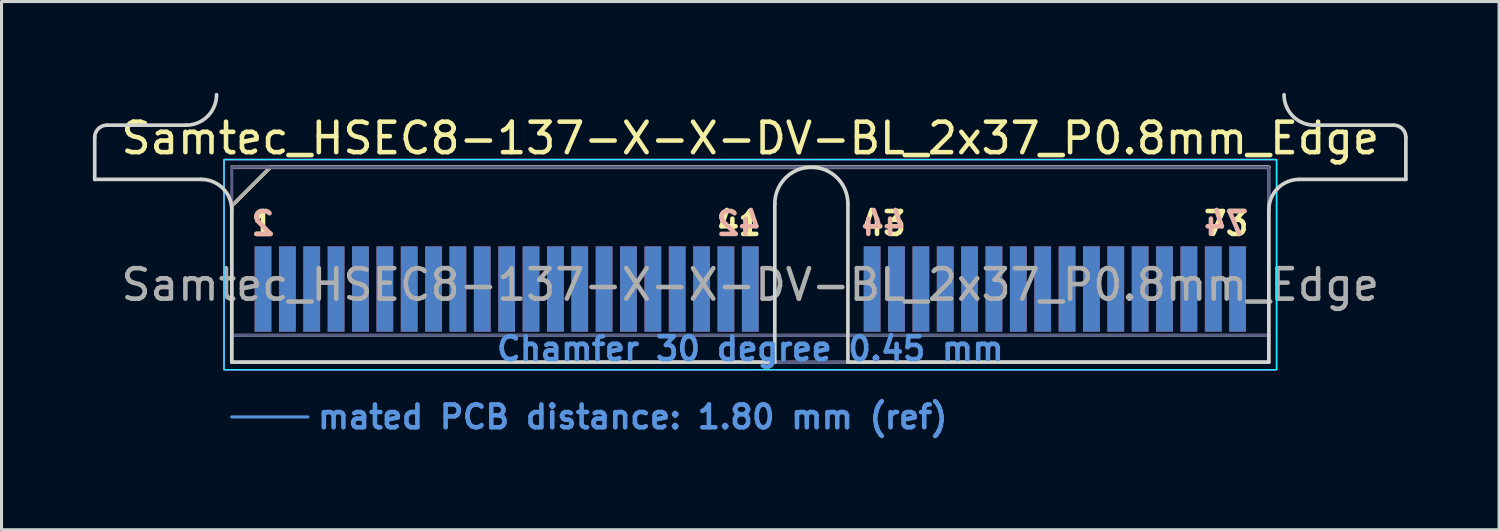
<source format=kicad_pcb>
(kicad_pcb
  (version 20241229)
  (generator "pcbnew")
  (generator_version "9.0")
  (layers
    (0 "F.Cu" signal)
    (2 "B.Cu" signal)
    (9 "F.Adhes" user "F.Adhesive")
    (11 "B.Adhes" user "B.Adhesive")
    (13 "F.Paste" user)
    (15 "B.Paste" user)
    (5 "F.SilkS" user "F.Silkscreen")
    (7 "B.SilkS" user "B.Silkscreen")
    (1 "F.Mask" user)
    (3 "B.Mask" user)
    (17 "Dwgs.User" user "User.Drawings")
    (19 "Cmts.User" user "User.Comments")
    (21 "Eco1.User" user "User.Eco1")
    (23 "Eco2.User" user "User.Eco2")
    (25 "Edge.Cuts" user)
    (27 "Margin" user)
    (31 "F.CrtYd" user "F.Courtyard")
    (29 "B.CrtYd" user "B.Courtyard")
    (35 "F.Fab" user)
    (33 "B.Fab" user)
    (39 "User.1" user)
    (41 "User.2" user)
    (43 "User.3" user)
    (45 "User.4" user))
  (footprint "Samtec_HSEC8-137-X-X-DV-BL_2x37_P0.8mm_Edge"
    (layer "F.Cu")
    (at 21.585 8.84)
    (property "Reference" "Samtec_HSEC8-137-X-X-DV-BL_2x37_P0.8mm_Edge" (at 0 -7.35 0) (layer "F.SilkS") (effects (font (size 1 1) (thickness 0.15))))
    (attr exclude_from_pos_files exclude_from_bom)
    (fp_line (start -17.025 -5.13) (end -15.755 -6.4) (stroke (width 0.12) (type solid)) (layer "F.SilkS"))
    (fp_line (start -15.755 -6.4) (end 17.025 -6.4) (stroke (width 0.12) (type solid)) (layer "F.SilkS"))
    (fp_line (start -17.025 -6.4) (end -17.025 -6.4) (stroke (width 0.12) (type solid)) (layer "B.SilkS"))
    (fp_line (start -17.025 -6.4) (end 17.025 -6.4) (stroke (width 0.12) (type solid)) (layer "B.SilkS"))
    (fp_line (start -17.025 1.8) (end -14.525 1.8) (stroke (width 0.1) (type solid)) (layer "Cmts.User"))
    (fp_line (start -21.525 -6) (end -21.525 -7.38) (stroke (width 0.12) (type solid)) (layer "Edge.Cuts"))
    (fp_line (start -21.125 -7.78) (end -18.525 -7.78) (stroke (width 0.12) (type solid)) (layer "Edge.Cuts"))
    (fp_line (start -18.025 -6) (end -21.525 -6) (stroke (width 0.12) (type solid)) (layer "Edge.Cuts"))
    (fp_line (start -17.025 -5) (end -17.025 0) (stroke (width 0.12) (type solid)) (layer "Edge.Cuts"))
    (fp_line (start -17.025 0) (end 0.805 0) (stroke (width 0.12) (type solid)) (layer "Edge.Cuts"))
    (fp_line (start 0.805 0) (end 0.805 -5.2) (stroke (width 0.12) (type solid)) (layer "Edge.Cuts"))
    (fp_line (start 3.205 -5.2) (end 3.205 0) (stroke (width 0.12) (type solid)) (layer "Edge.Cuts"))
    (fp_line (start 3.205 0) (end 17.025 0) (stroke (width 0.12) (type solid)) (layer "Edge.Cuts"))
    (fp_line (start 17.025 0) (end 17.025 -5) (stroke (width 0.12) (type solid)) (layer "Edge.Cuts"))
    (fp_line (start 18.025 -6) (end 21.525 -6) (stroke (width 0.12) (type solid)) (layer "Edge.Cuts"))
    (fp_line (start 21.125 -7.78) (end 18.525 -7.78) (stroke (width 0.12) (type solid)) (layer "Edge.Cuts"))
    (fp_line (start 21.525 -6) (end 21.525 -7.38) (stroke (width 0.12) (type solid)) (layer "Edge.Cuts"))
    (fp_arc (start -21.525 -7.38) (mid -21.407843 -7.662843) (end -21.125 -7.78) (stroke (width 0.12) (type solid)) (layer "Edge.Cuts"))
    (fp_arc (start -18.025 -6) (mid -17.317893 -5.707107) (end -17.025 -5) (stroke (width 0.12) (type solid)) (layer "Edge.Cuts"))
    (fp_arc (start -17.525 -8.78) (mid -17.817893 -8.072893) (end -18.525 -7.78) (stroke (width 0.12) (type solid)) (layer "Edge.Cuts"))
    (fp_arc (start 0.805 -5.2) (mid 2.005 -6.4) (end 3.205 -5.2) (stroke (width 0.12) (type solid)) (layer "Edge.Cuts"))
    (fp_arc (start 17.025 -5) (mid 17.317893 -5.707107) (end 18.025 -6) (stroke (width 0.12) (type solid)) (layer "Edge.Cuts"))
    (fp_arc (start 18.525 -7.78) (mid 17.817893 -8.072893) (end 17.525 -8.78) (stroke (width 0.12) (type solid)) (layer "Edge.Cuts"))
    (fp_arc (start 21.125 -7.78) (mid 21.407843 -7.662843) (end 21.525 -7.38) (stroke (width 0.12) (type solid)) (layer "Edge.Cuts"))
    (fp_rect (start -17.28 -6.65) (end 17.28 0.25) (stroke (width 0.05) (type solid)) (fill no) (layer "B.CrtYd"))
    (fp_rect (start -17.28 -6.65) (end 17.28 0.25) (stroke (width 0.05) (type solid)) (fill no) (layer "F.CrtYd"))
    (fp_line (start -17.025 -6.4) (end -17.025 -6.4) (stroke (width 0.1) (type solid)) (layer "B.Fab"))
    (fp_line (start -17.025 -6.4) (end -17.025 0) (stroke (width 0.1) (type solid)) (layer "B.Fab"))
    (fp_line (start -17.025 -6.4) (end 17.025 -6.4) (stroke (width 0.1) (type solid)) (layer "B.Fab"))
    (fp_line (start -17.025 -0.88) (end 17.025 -0.88) (stroke (width 0.1) (type solid)) (layer "B.Fab"))
    (fp_line (start -17.025 0) (end 17.025 0) (stroke (width 0.1) (type solid)) (layer "B.Fab"))
    (fp_line (start 17.025 -6.4) (end 17.025 0) (stroke (width 0.1) (type solid)) (layer "B.Fab"))
    (fp_line (start -17.025 -5.13) (end -17.025 0) (stroke (width 0.1) (type solid)) (layer "F.Fab"))
    (fp_line (start -17.025 -5.13) (end -15.755 -6.4) (stroke (width 0.1) (type solid)) (layer "F.Fab"))
    (fp_line (start -17.025 -0.88) (end 17.025 -0.88) (stroke (width 0.1) (type solid)) (layer "F.Fab"))
    (fp_line (start -17.025 0) (end 17.025 0) (stroke (width 0.1) (type solid)) (layer "F.Fab"))
    (fp_line (start -15.755 -6.4) (end 17.025 -6.4) (stroke (width 0.1) (type solid)) (layer "F.Fab"))
    (fp_line (start 17.025 -6.4) (end 17.025 0) (stroke (width 0.1) (type solid)) (layer "F.Fab"))
    (fp_text user "43" (at 4.375 -4.55 0) (layer "F.SilkS") (effects (font (size 0.75 0.75) (thickness 0.15))))
    (fp_text user "1" (at -16 -4.55 0) (layer "F.SilkS") (effects (font (size 0.75 0.75) (thickness 0.15))))
    (fp_text user "73" (at 15.625 -4.55 0) (layer "F.SilkS") (effects (font (size 0.75 0.75) (thickness 0.15))))
    (fp_text user "41" (at -0.375 -4.55 0) (layer "F.SilkS") (effects (font (size 0.75 0.75) (thickness 0.15))))
    (fp_text user "44" (at 4.375 -4.55 0) (layer "B.SilkS") (effects (font (size 0.75 0.75) (thickness 0.15)) (justify mirror)))
    (fp_text user "42" (at -0.375 -4.55 0) (layer "B.SilkS") (effects (font (size 0.75 0.75) (thickness 0.15)) (justify mirror)))
    (fp_text user "2" (at -16 -4.55 0) (layer "B.SilkS") (effects (font (size 0.75 0.75) (thickness 0.15)) (justify mirror)))
    (fp_text user "74" (at 15.625 -4.55 0) (layer "B.SilkS") (effects (font (size 0.75 0.75) (thickness 0.15)) (justify mirror)))
    (fp_text user "mated PCB distance: 1.80 mm (ref)" (at -14.28 1.8 0) (layer "Cmts.User") (effects (font (size 0.75 0.75) (thickness 0.15)) (justify left)))
    (fp_text user "Chamfer 30 degree 0.45 mm" (at 0 -0.44 0) (layer "Cmts.User") (effects (font (size 0.75 0.75) (thickness 0.15))))
    (fp_text user "${REFERENCE}" (at 0 -2.54 0) (layer "F.Fab") (effects (font (size 1 1) (thickness 0.15))))
    (pad "1" connect rect (at -16 -2.4) (size 0.55 2.8) (layers "F.Cu" "F.Mask"))
    (pad "2" connect rect (at -16 -2.4) (size 0.55 2.8) (layers "B.Cu" "B.Mask"))
    (pad "3" connect rect (at -15.2 -2.4) (size 0.55 2.8) (layers "F.Cu" "F.Mask"))
    (pad "4" connect rect (at -15.2 -2.4) (size 0.55 2.8) (layers "B.Cu" "B.Mask"))
    (pad "5" connect rect (at -14.4 -2.4) (size 0.55 2.8) (layers "F.Cu" "F.Mask"))
    (pad "6" connect rect (at -14.4 -2.4) (size 0.55 2.8) (layers "B.Cu" "B.Mask"))
    (pad "7" connect rect (at -13.6 -2.4) (size 0.55 2.8) (layers "F.Cu" "F.Mask"))
    (pad "8" connect rect (at -13.6 -2.4) (size 0.55 2.8) (layers "B.Cu" "B.Mask"))
    (pad "9" connect rect (at -12.8 -2.4) (size 0.55 2.8) (layers "F.Cu" "F.Mask"))
    (pad "10" connect rect (at -12.8 -2.4) (size 0.55 2.8) (layers "B.Cu" "B.Mask"))
    (pad "11" connect rect (at -12 -2.4) (size 0.55 2.8) (layers "F.Cu" "F.Mask"))
    (pad "12" connect rect (at -12 -2.4) (size 0.55 2.8) (layers "B.Cu" "B.Mask"))
    (pad "13" connect rect (at -11.2 -2.4) (size 0.55 2.8) (layers "F.Cu" "F.Mask"))
    (pad "14" connect rect (at -11.2 -2.4) (size 0.55 2.8) (layers "B.Cu" "B.Mask"))
    (pad "15" connect rect (at -10.4 -2.4) (size 0.55 2.8) (layers "F.Cu" "F.Mask"))
    (pad "16" connect rect (at -10.4 -2.4) (size 0.55 2.8) (layers "B.Cu" "B.Mask"))
    (pad "17" connect rect (at -9.6 -2.4) (size 0.55 2.8) (layers "F.Cu" "F.Mask"))
    (pad "18" connect rect (at -9.6 -2.4) (size 0.55 2.8) (layers "B.Cu" "B.Mask"))
    (pad "19" connect rect (at -8.8 -2.4) (size 0.55 2.8) (layers "F.Cu" "F.Mask"))
    (pad "20" connect rect (at -8.8 -2.4) (size 0.55 2.8) (layers "B.Cu" "B.Mask"))
    (pad "21" connect rect (at -8 -2.4) (size 0.55 2.8) (layers "F.Cu" "F.Mask"))
    (pad "22" connect rect (at -8 -2.4) (size 0.55 2.8) (layers "B.Cu" "B.Mask"))
    (pad "23" connect rect (at -7.2 -2.4) (size 0.55 2.8) (layers "F.Cu" "F.Mask"))
    (pad "24" connect rect (at -7.2 -2.4) (size 0.55 2.8) (layers "B.Cu" "B.Mask"))
    (pad "25" connect rect (at -6.4 -2.4) (size 0.55 2.8) (layers "F.Cu" "F.Mask"))
    (pad "26" connect rect (at -6.4 -2.4) (size 0.55 2.8) (layers "B.Cu" "B.Mask"))
    (pad "27" connect rect (at -5.6 -2.4) (size 0.55 2.8) (layers "F.Cu" "F.Mask"))
    (pad "28" connect rect (at -5.6 -2.4) (size 0.55 2.8) (layers "B.Cu" "B.Mask"))
    (pad "29" connect rect (at -4.8 -2.4) (size 0.55 2.8) (layers "F.Cu" "F.Mask"))
    (pad "30" connect rect (at -4.8 -2.4) (size 0.55 2.8) (layers "B.Cu" "B.Mask"))
    (pad "31" connect rect (at -4 -2.4) (size 0.55 2.8) (layers "F.Cu" "F.Mask"))
    (pad "32" connect rect (at -4 -2.4) (size 0.55 2.8) (layers "B.Cu" "B.Mask"))
    (pad "33" connect rect (at -3.2 -2.4) (size 0.55 2.8) (layers "F.Cu" "F.Mask"))
    (pad "34" connect rect (at -3.2 -2.4) (size 0.55 2.8) (layers "B.Cu" "B.Mask"))
    (pad "35" connect rect (at -2.4 -2.4) (size 0.55 2.8) (layers "F.Cu" "F.Mask"))
    (pad "36" connect rect (at -2.4 -2.4) (size 0.55 2.8) (layers "B.Cu" "B.Mask"))
    (pad "37" connect rect (at -1.6 -2.4) (size 0.55 2.8) (layers "F.Cu" "F.Mask"))
    (pad "38" connect rect (at -1.6 -2.4) (size 0.55 2.8) (layers "B.Cu" "B.Mask"))
    (pad "39" connect rect (at -0.8 -2.4) (size 0.55 2.8) (layers "F.Cu" "F.Mask"))
    (pad "40" connect rect (at -0.8 -2.4) (size 0.55 2.8) (layers "B.Cu" "B.Mask"))
    (pad "41" connect rect (at 0 -2.4) (size 0.55 2.8) (layers "F.Cu" "F.Mask"))
    (pad "42" connect rect (at 0 -2.4) (size 0.55 2.8) (layers "B.Cu" "B.Mask"))
    (pad "43" connect rect (at 4 -2.4) (size 0.55 2.8) (layers "F.Cu" "F.Mask"))
    (pad "44" connect rect (at 4 -2.4) (size 0.55 2.8) (layers "B.Cu" "B.Mask"))
    (pad "45" connect rect (at 4.8 -2.4) (size 0.55 2.8) (layers "F.Cu" "F.Mask"))
    (pad "46" connect rect (at 4.8 -2.4) (size 0.55 2.8) (layers "B.Cu" "B.Mask"))
    (pad "47" connect rect (at 5.6 -2.4) (size 0.55 2.8) (layers "F.Cu" "F.Mask"))
    (pad "48" connect rect (at 5.6 -2.4) (size 0.55 2.8) (layers "B.Cu" "B.Mask"))
    (pad "49" connect rect (at 6.4 -2.4) (size 0.55 2.8) (layers "F.Cu" "F.Mask"))
    (pad "50" connect rect (at 6.4 -2.4) (size 0.55 2.8) (layers "B.Cu" "B.Mask"))
    (pad "51" connect rect (at 7.2 -2.4) (size 0.55 2.8) (layers "F.Cu" "F.Mask"))
    (pad "52" connect rect (at 7.2 -2.4) (size 0.55 2.8) (layers "B.Cu" "B.Mask"))
    (pad "53" connect rect (at 8 -2.4) (size 0.55 2.8) (layers "F.Cu" "F.Mask"))
    (pad "54" connect rect (at 8 -2.4) (size 0.55 2.8) (layers "B.Cu" "B.Mask"))
    (pad "55" connect rect (at 8.8 -2.4) (size 0.55 2.8) (layers "F.Cu" "F.Mask"))
    (pad "56" connect rect (at 8.8 -2.4) (size 0.55 2.8) (layers "B.Cu" "B.Mask"))
    (pad "57" connect rect (at 9.6 -2.4) (size 0.55 2.8) (layers "F.Cu" "F.Mask"))
    (pad "58" connect rect (at 9.6 -2.4) (size 0.55 2.8) (layers "B.Cu" "B.Mask"))
    (pad "59" connect rect (at 10.4 -2.4) (size 0.55 2.8) (layers "F.Cu" "F.Mask"))
    (pad "60" connect rect (at 10.4 -2.4) (size 0.55 2.8) (layers "B.Cu" "B.Mask"))
    (pad "61" connect rect (at 11.2 -2.4) (size 0.55 2.8) (layers "F.Cu" "F.Mask"))
    (pad "62" connect rect (at 11.2 -2.4) (size 0.55 2.8) (layers "B.Cu" "B.Mask"))
    (pad "63" connect rect (at 12 -2.4) (size 0.55 2.8) (layers "F.Cu" "F.Mask"))
    (pad "64" connect rect (at 12 -2.4) (size 0.55 2.8) (layers "B.Cu" "B.Mask"))
    (pad "65" connect rect (at 12.8 -2.4) (size 0.55 2.8) (layers "F.Cu" "F.Mask"))
    (pad "66" connect rect (at 12.8 -2.4) (size 0.55 2.8) (layers "B.Cu" "B.Mask"))
    (pad "67" connect rect (at 13.6 -2.4) (size 0.55 2.8) (layers "F.Cu" "F.Mask"))
    (pad "68" connect rect (at 13.6 -2.4) (size 0.55 2.8) (layers "B.Cu" "B.Mask"))
    (pad "69" connect rect (at 14.4 -2.4) (size 0.55 2.8) (layers "F.Cu" "F.Mask"))
    (pad "70" connect rect (at 14.4 -2.4) (size 0.55 2.8) (layers "B.Cu" "B.Mask"))
    (pad "71" connect rect (at 15.2 -2.4) (size 0.55 2.8) (layers "F.Cu" "F.Mask"))
    (pad "72" connect rect (at 15.2 -2.4) (size 0.55 2.8) (layers "B.Cu" "B.Mask"))
    (pad "73" connect rect (at 16 -2.4) (size 0.55 2.8) (layers "F.Cu" "F.Mask"))
    (pad "74" connect rect (at 16 -2.4) (size 0.55 2.8) (layers "B.Cu" "B.Mask")))
  (gr_rect
    (start -3 -3)
    (end 46.17 14.342)
    (stroke (width 0.1) (type default))
    (fill no)
    (layer "Edge.Cuts")))
</source>
